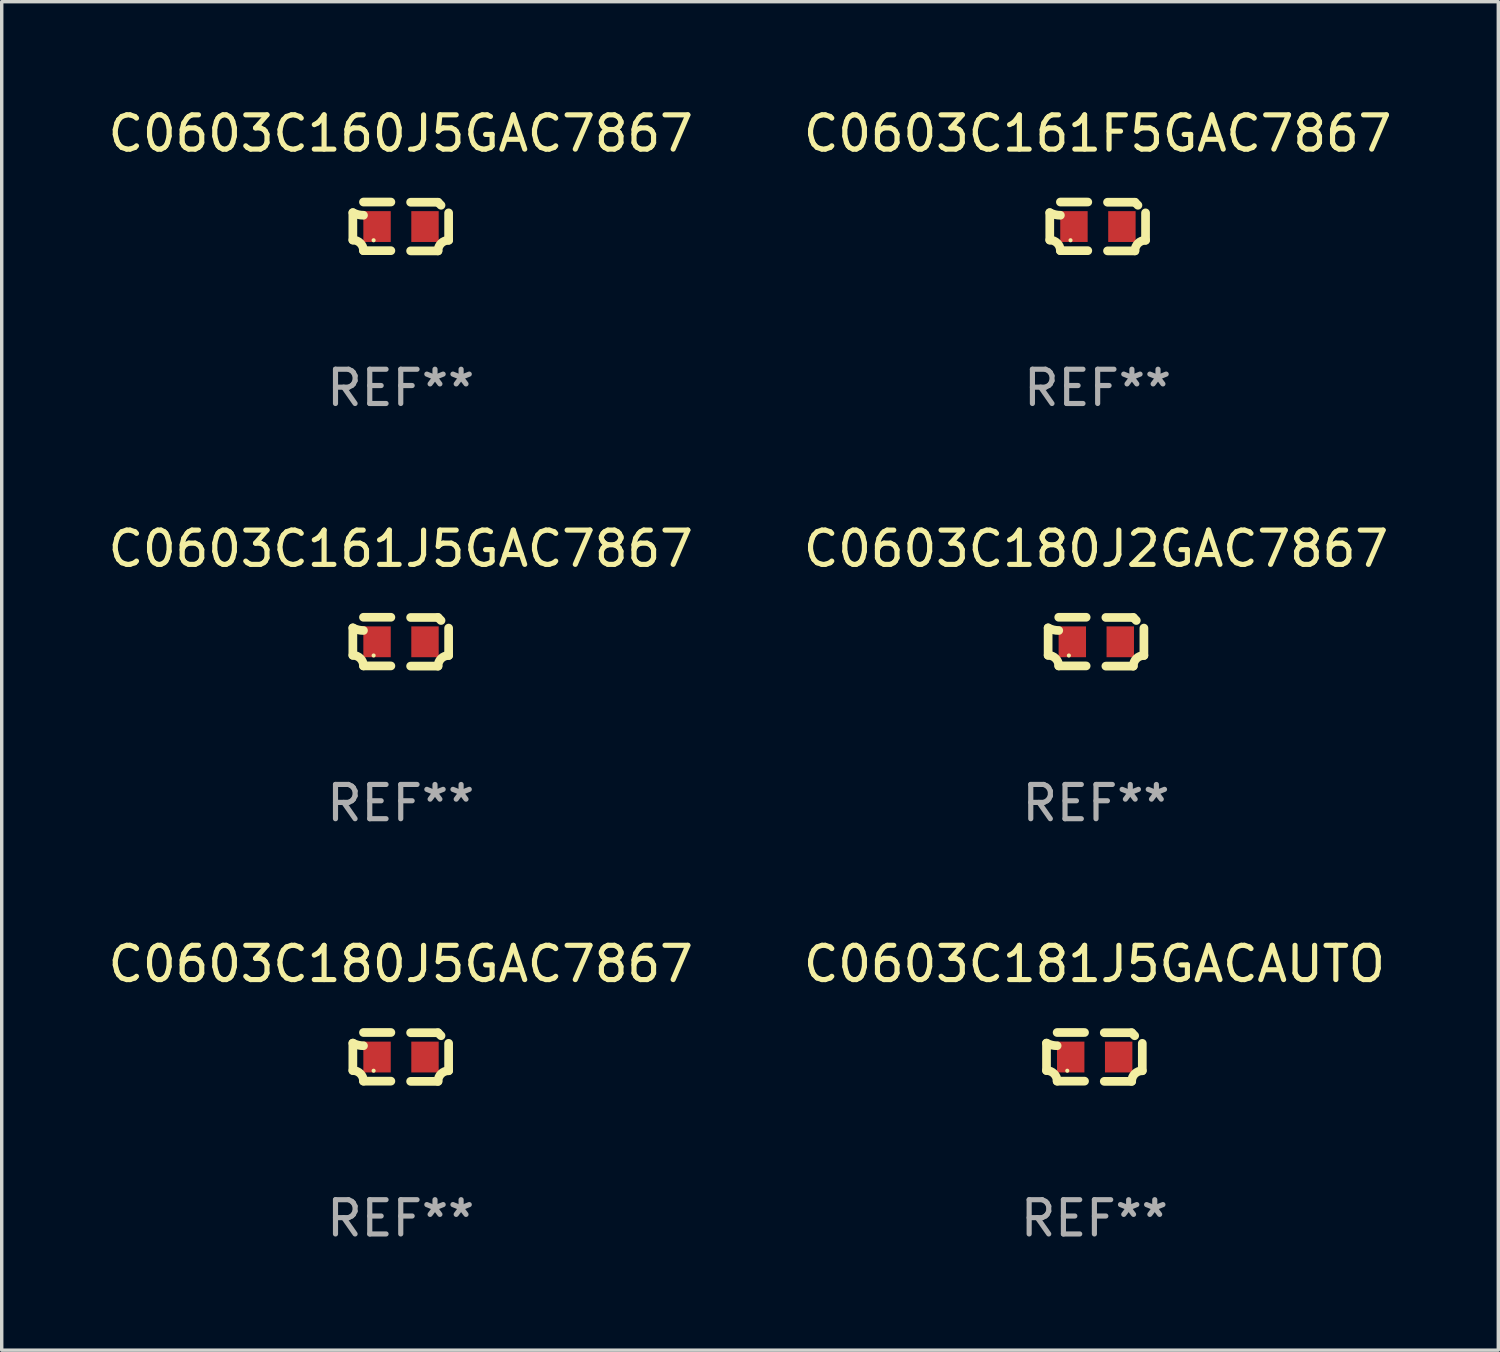
<source format=kicad_pcb>
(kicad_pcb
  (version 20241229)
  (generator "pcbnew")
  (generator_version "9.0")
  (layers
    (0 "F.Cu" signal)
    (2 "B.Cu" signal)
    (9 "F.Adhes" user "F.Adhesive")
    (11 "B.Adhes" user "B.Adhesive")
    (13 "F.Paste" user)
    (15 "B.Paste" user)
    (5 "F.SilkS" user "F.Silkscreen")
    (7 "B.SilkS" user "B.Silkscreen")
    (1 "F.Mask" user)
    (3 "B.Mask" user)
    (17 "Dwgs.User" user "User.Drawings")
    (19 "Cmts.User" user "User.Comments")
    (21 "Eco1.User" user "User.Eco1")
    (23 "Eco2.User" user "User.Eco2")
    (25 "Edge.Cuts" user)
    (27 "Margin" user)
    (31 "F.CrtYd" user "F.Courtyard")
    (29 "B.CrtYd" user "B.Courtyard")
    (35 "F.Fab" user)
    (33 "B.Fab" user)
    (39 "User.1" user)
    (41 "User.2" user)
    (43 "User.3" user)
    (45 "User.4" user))
  (footprint "C0603C180J2GAC7867"
    (layer "F.Cu")
    (at 28.946 15.683)
    (property "Reference" "C0603C180J2GAC7867" (at 0 -2.713 0) (layer "F.SilkS") (effects (font (size 1 1) (thickness 0.15))))
    (attr through_hole)
    (fp_line (start -1.398 -0.403) (end -1.398 0.397) (stroke (width 0.254) (type solid)) (layer "F.SilkS"))
    (fp_line (start -0.288 -0.713) (end -1.088 -0.713) (stroke (width 0.254) (type solid)) (layer "F.SilkS"))
    (fp_line (start -0.288 0.707) (end -1.088 0.707) (stroke (width 0.254) (type solid)) (layer "F.SilkS"))
    (fp_line (start 0.288 -0.707) (end 1.088 -0.707) (stroke (width 0.254) (type solid)) (layer "F.SilkS"))
    (fp_line (start 0.288 0.713) (end 1.088 0.713) (stroke (width 0.254) (type solid)) (layer "F.SilkS"))
    (fp_line (start 1.398 -0.397) (end 1.398 0.403) (stroke (width 0.254) (type solid)) (layer "F.SilkS"))
    (fp_arc (start -1.397789 0.397066) (mid -1.178701 0.487826) (end -1.08796 0.706922) (stroke (width 0.254001) (type solid)) (layer "F.SilkS"))
    (fp_arc (start -1.08796 -0.327176) (mid -1.247436 -0.346384) (end -1.39779 -0.402908) (stroke (width 0.254001) (type solid)) (layer "F.SilkS"))
    (fp_arc (start 1.087909 0.712738) (mid 1.178656 0.493655) (end 1.397739 0.402908) (stroke (width 0.254001) (type solid)) (layer "F.SilkS"))
    (fp_arc (start 1.175925 -0.618926) (mid 1.131917 -0.662923) (end 1.08791 -0.706922) (stroke (width 0.254001) (type solid)) (layer "F.SilkS"))
    (fp_circle (center -0.792 0.403) (end -0.762 0.403) (stroke (width 0.06) (type solid)) (fill no) (layer "F.SilkS"))
    (fp_text user "REF**" (at 0 4.713 0) (layer "F.Fab") (effects (font (size 1 1) (thickness 0.15))))
    (pad "1" smd rect (at -0.692 0.003) (size 0.8 0.9) (layers "F.Cu" "F.Mask" "F.Paste"))
    (pad "2" smd rect (at 0.708 0.003) (size 0.8 0.9) (layers "F.Cu" "F.Mask" "F.Paste")))
  (footprint "C0603C161F5GAC7867"
    (layer "F.Cu")
    (at 28.994 3.561)
    (property "Reference" "C0603C161F5GAC7867" (at 0 -2.713 0) (layer "F.SilkS") (effects (font (size 1 1) (thickness 0.15))))
    (attr through_hole)
    (fp_line (start -1.398 -0.403) (end -1.398 0.397) (stroke (width 0.254) (type solid)) (layer "F.SilkS"))
    (fp_line (start -0.288 -0.713) (end -1.088 -0.713) (stroke (width 0.254) (type solid)) (layer "F.SilkS"))
    (fp_line (start -0.288 0.707) (end -1.088 0.707) (stroke (width 0.254) (type solid)) (layer "F.SilkS"))
    (fp_line (start 0.288 -0.707) (end 1.088 -0.707) (stroke (width 0.254) (type solid)) (layer "F.SilkS"))
    (fp_line (start 0.288 0.713) (end 1.088 0.713) (stroke (width 0.254) (type solid)) (layer "F.SilkS"))
    (fp_line (start 1.398 -0.397) (end 1.398 0.403) (stroke (width 0.254) (type solid)) (layer "F.SilkS"))
    (fp_arc (start -1.397789 0.397066) (mid -1.178701 0.487826) (end -1.08796 0.706922) (stroke (width 0.254001) (type solid)) (layer "F.SilkS"))
    (fp_arc (start -1.08796 -0.327176) (mid -1.247436 -0.346384) (end -1.39779 -0.402908) (stroke (width 0.254001) (type solid)) (layer "F.SilkS"))
    (fp_arc (start 1.087909 0.712738) (mid 1.178656 0.493655) (end 1.397739 0.402908) (stroke (width 0.254001) (type solid)) (layer "F.SilkS"))
    (fp_arc (start 1.175925 -0.618926) (mid 1.131917 -0.662923) (end 1.08791 -0.706922) (stroke (width 0.254001) (type solid)) (layer "F.SilkS"))
    (fp_circle (center -0.792 0.403) (end -0.762 0.403) (stroke (width 0.06) (type solid)) (fill no) (layer "F.SilkS"))
    (fp_text user "REF**" (at 0 4.713 0) (layer "F.Fab") (effects (font (size 1 1) (thickness 0.15))))
    (pad "1" smd rect (at -0.692 0.003) (size 0.8 0.9) (layers "F.Cu" "F.Mask" "F.Paste"))
    (pad "2" smd rect (at 0.708 0.003) (size 0.8 0.9) (layers "F.Cu" "F.Mask" "F.Paste")))
  (footprint "C0603C180J5GAC7867"
    (layer "F.Cu")
    (at 8.649 27.805)
    (property "Reference" "C0603C180J5GAC7867" (at 0 -2.713 0) (layer "F.SilkS") (effects (font (size 1 1) (thickness 0.15))))
    (attr through_hole)
    (fp_line (start -1.398 -0.403) (end -1.398 0.397) (stroke (width 0.254) (type solid)) (layer "F.SilkS"))
    (fp_line (start -0.288 -0.713) (end -1.088 -0.713) (stroke (width 0.254) (type solid)) (layer "F.SilkS"))
    (fp_line (start -0.288 0.707) (end -1.088 0.707) (stroke (width 0.254) (type solid)) (layer "F.SilkS"))
    (fp_line (start 0.288 -0.707) (end 1.088 -0.707) (stroke (width 0.254) (type solid)) (layer "F.SilkS"))
    (fp_line (start 0.288 0.713) (end 1.088 0.713) (stroke (width 0.254) (type solid)) (layer "F.SilkS"))
    (fp_line (start 1.398 -0.397) (end 1.398 0.403) (stroke (width 0.254) (type solid)) (layer "F.SilkS"))
    (fp_arc (start -1.397789 0.397066) (mid -1.178701 0.487826) (end -1.08796 0.706922) (stroke (width 0.254001) (type solid)) (layer "F.SilkS"))
    (fp_arc (start -1.08796 -0.327176) (mid -1.247436 -0.346384) (end -1.39779 -0.402908) (stroke (width 0.254001) (type solid)) (layer "F.SilkS"))
    (fp_arc (start 1.087909 0.712738) (mid 1.178656 0.493655) (end 1.397739 0.402908) (stroke (width 0.254001) (type solid)) (layer "F.SilkS"))
    (fp_arc (start 1.175925 -0.618926) (mid 1.131917 -0.662923) (end 1.08791 -0.706922) (stroke (width 0.254001) (type solid)) (layer "F.SilkS"))
    (fp_circle (center -0.792 0.403) (end -0.762 0.403) (stroke (width 0.06) (type solid)) (fill no) (layer "F.SilkS"))
    (fp_text user "REF**" (at 0 4.713 0) (layer "F.Fab") (effects (font (size 1 1) (thickness 0.15))))
    (pad "1" smd rect (at -0.692 0.003) (size 0.8 0.9) (layers "F.Cu" "F.Mask" "F.Paste"))
    (pad "2" smd rect (at 0.708 0.003) (size 0.8 0.9) (layers "F.Cu" "F.Mask" "F.Paste")))
  (footprint "C0603C160J5GAC7867"
    (layer "F.Cu")
    (at 8.649 3.561)
    (property "Reference" "C0603C160J5GAC7867" (at 0 -2.713 0) (layer "F.SilkS") (effects (font (size 1 1) (thickness 0.15))))
    (attr through_hole)
    (fp_line (start -1.398 -0.403) (end -1.398 0.397) (stroke (width 0.254) (type solid)) (layer "F.SilkS"))
    (fp_line (start -0.288 -0.713) (end -1.088 -0.713) (stroke (width 0.254) (type solid)) (layer "F.SilkS"))
    (fp_line (start -0.288 0.707) (end -1.088 0.707) (stroke (width 0.254) (type solid)) (layer "F.SilkS"))
    (fp_line (start 0.288 -0.707) (end 1.088 -0.707) (stroke (width 0.254) (type solid)) (layer "F.SilkS"))
    (fp_line (start 0.288 0.713) (end 1.088 0.713) (stroke (width 0.254) (type solid)) (layer "F.SilkS"))
    (fp_line (start 1.398 -0.397) (end 1.398 0.403) (stroke (width 0.254) (type solid)) (layer "F.SilkS"))
    (fp_arc (start -1.397789 0.397066) (mid -1.178701 0.487826) (end -1.08796 0.706922) (stroke (width 0.254001) (type solid)) (layer "F.SilkS"))
    (fp_arc (start -1.08796 -0.327176) (mid -1.247436 -0.346384) (end -1.39779 -0.402908) (stroke (width 0.254001) (type solid)) (layer "F.SilkS"))
    (fp_arc (start 1.087909 0.712738) (mid 1.178656 0.493655) (end 1.397739 0.402908) (stroke (width 0.254001) (type solid)) (layer "F.SilkS"))
    (fp_arc (start 1.175925 -0.618926) (mid 1.131917 -0.662923) (end 1.08791 -0.706922) (stroke (width 0.254001) (type solid)) (layer "F.SilkS"))
    (fp_circle (center -0.792 0.403) (end -0.762 0.403) (stroke (width 0.06) (type solid)) (fill no) (layer "F.SilkS"))
    (fp_text user "REF**" (at 0 4.713 0) (layer "F.Fab") (effects (font (size 1 1) (thickness 0.15))))
    (pad "1" smd rect (at -0.692 0.003) (size 0.8 0.9) (layers "F.Cu" "F.Mask" "F.Paste"))
    (pad "2" smd rect (at 0.708 0.003) (size 0.8 0.9) (layers "F.Cu" "F.Mask" "F.Paste")))
  (footprint "C0603C161J5GAC7867"
    (layer "F.Cu")
    (at 8.649 15.683)
    (property "Reference" "C0603C161J5GAC7867" (at 0 -2.713 0) (layer "F.SilkS") (effects (font (size 1 1) (thickness 0.15))))
    (attr through_hole)
    (fp_line (start -1.398 -0.403) (end -1.398 0.397) (stroke (width 0.254) (type solid)) (layer "F.SilkS"))
    (fp_line (start -0.288 -0.713) (end -1.088 -0.713) (stroke (width 0.254) (type solid)) (layer "F.SilkS"))
    (fp_line (start -0.288 0.707) (end -1.088 0.707) (stroke (width 0.254) (type solid)) (layer "F.SilkS"))
    (fp_line (start 0.288 -0.707) (end 1.088 -0.707) (stroke (width 0.254) (type solid)) (layer "F.SilkS"))
    (fp_line (start 0.288 0.713) (end 1.088 0.713) (stroke (width 0.254) (type solid)) (layer "F.SilkS"))
    (fp_line (start 1.398 -0.397) (end 1.398 0.403) (stroke (width 0.254) (type solid)) (layer "F.SilkS"))
    (fp_arc (start -1.397789 0.397066) (mid -1.178701 0.487826) (end -1.08796 0.706922) (stroke (width 0.254001) (type solid)) (layer "F.SilkS"))
    (fp_arc (start -1.08796 -0.327176) (mid -1.247436 -0.346384) (end -1.39779 -0.402908) (stroke (width 0.254001) (type solid)) (layer "F.SilkS"))
    (fp_arc (start 1.087909 0.712738) (mid 1.178656 0.493655) (end 1.397739 0.402908) (stroke (width 0.254001) (type solid)) (layer "F.SilkS"))
    (fp_arc (start 1.175925 -0.618926) (mid 1.131917 -0.662923) (end 1.08791 -0.706922) (stroke (width 0.254001) (type solid)) (layer "F.SilkS"))
    (fp_circle (center -0.792 0.403) (end -0.762 0.403) (stroke (width 0.06) (type solid)) (fill no) (layer "F.SilkS"))
    (fp_text user "REF**" (at 0 4.713 0) (layer "F.Fab") (effects (font (size 1 1) (thickness 0.15))))
    (pad "1" smd rect (at -0.692 0.003) (size 0.8 0.9) (layers "F.Cu" "F.Mask" "F.Paste"))
    (pad "2" smd rect (at 0.708 0.003) (size 0.8 0.9) (layers "F.Cu" "F.Mask" "F.Paste")))
  (footprint "C0603C181J5GACAUTO"
    (layer "F.Cu")
    (at 28.899 27.805)
    (property "Reference" "C0603C181J5GACAUTO" (at 0 -2.713 0) (layer "F.SilkS") (effects (font (size 1 1) (thickness 0.15))))
    (attr through_hole)
    (fp_line (start -1.398 -0.403) (end -1.398 0.397) (stroke (width 0.254) (type solid)) (layer "F.SilkS"))
    (fp_line (start -0.288 -0.713) (end -1.088 -0.713) (stroke (width 0.254) (type solid)) (layer "F.SilkS"))
    (fp_line (start -0.288 0.707) (end -1.088 0.707) (stroke (width 0.254) (type solid)) (layer "F.SilkS"))
    (fp_line (start 0.288 -0.707) (end 1.088 -0.707) (stroke (width 0.254) (type solid)) (layer "F.SilkS"))
    (fp_line (start 0.288 0.713) (end 1.088 0.713) (stroke (width 0.254) (type solid)) (layer "F.SilkS"))
    (fp_line (start 1.398 -0.397) (end 1.398 0.403) (stroke (width 0.254) (type solid)) (layer "F.SilkS"))
    (fp_arc (start -1.397789 0.397066) (mid -1.178701 0.487826) (end -1.08796 0.706922) (stroke (width 0.254001) (type solid)) (layer "F.SilkS"))
    (fp_arc (start -1.08796 -0.327176) (mid -1.247436 -0.346384) (end -1.39779 -0.402908) (stroke (width 0.254001) (type solid)) (layer "F.SilkS"))
    (fp_arc (start 1.087909 0.712738) (mid 1.178656 0.493655) (end 1.397739 0.402908) (stroke (width 0.254001) (type solid)) (layer "F.SilkS"))
    (fp_arc (start 1.175925 -0.618926) (mid 1.131917 -0.662923) (end 1.08791 -0.706922) (stroke (width 0.254001) (type solid)) (layer "F.SilkS"))
    (fp_circle (center -0.792 0.403) (end -0.762 0.403) (stroke (width 0.06) (type solid)) (fill no) (layer "F.SilkS"))
    (fp_text user "REF**" (at 0 4.713 0) (layer "F.Fab") (effects (font (size 1 1) (thickness 0.15))))
    (pad "1" smd rect (at -0.692 0.003) (size 0.8 0.9) (layers "F.Cu" "F.Mask" "F.Paste"))
    (pad "2" smd rect (at 0.708 0.003) (size 0.8 0.9) (layers "F.Cu" "F.Mask" "F.Paste")))
  (gr_rect
    (start -3 -3)
    (end 40.69 36.366)
    (stroke (width 0.1) (type default))
    (fill no)
    (layer "Edge.Cuts")))
</source>
